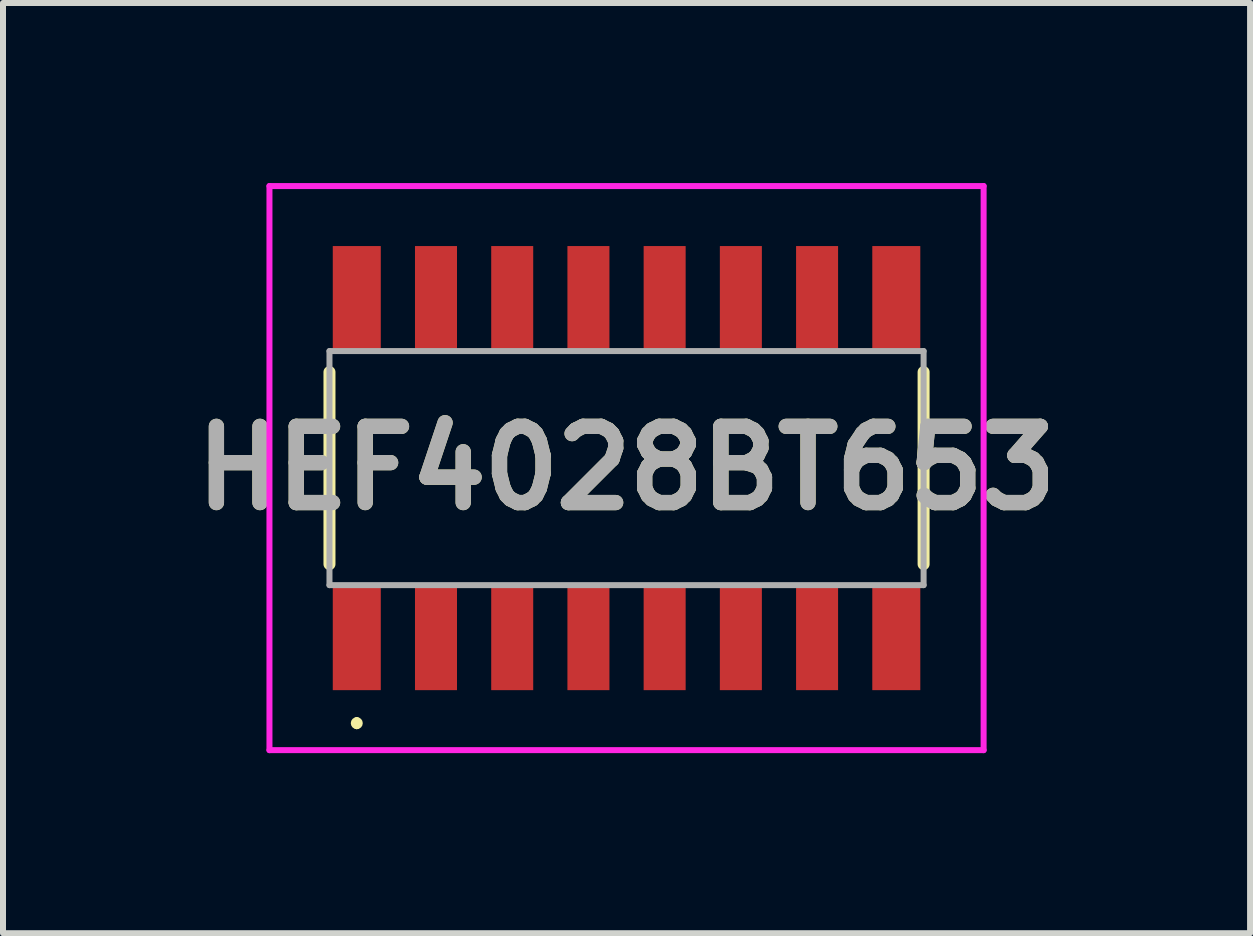
<source format=kicad_pcb>
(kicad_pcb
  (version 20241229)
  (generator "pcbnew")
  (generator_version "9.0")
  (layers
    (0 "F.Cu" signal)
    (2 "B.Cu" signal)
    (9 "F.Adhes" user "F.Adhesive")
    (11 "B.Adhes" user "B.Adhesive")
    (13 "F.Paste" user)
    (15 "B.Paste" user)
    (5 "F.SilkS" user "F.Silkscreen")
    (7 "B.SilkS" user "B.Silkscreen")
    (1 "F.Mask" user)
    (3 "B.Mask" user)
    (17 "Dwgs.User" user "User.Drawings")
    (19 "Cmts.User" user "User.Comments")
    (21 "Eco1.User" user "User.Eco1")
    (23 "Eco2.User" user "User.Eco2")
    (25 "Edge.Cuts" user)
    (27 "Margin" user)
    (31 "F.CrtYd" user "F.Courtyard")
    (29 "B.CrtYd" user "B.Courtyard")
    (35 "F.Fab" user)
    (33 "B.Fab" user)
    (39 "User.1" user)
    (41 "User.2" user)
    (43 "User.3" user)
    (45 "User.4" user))
  (footprint "HEF4028BT653"
    (layer "F.Cu")
    (at 7.39 4.75)
    (property "Reference" "HEF4028BT653" (at 0 0 0) (layer "F.SilkS") (effects (font (size 1.27 1.27) (thickness 0.254))))
    (attr smd)
    (fp_line (start -4.95 -1.6) (end -4.95 1.6) (stroke (width 0.2) (type solid)) (layer "F.SilkS"))
    (fp_line (start -4.495 4.2) (end -4.495 4.2) (stroke (width 0.1) (type solid)) (layer "F.SilkS"))
    (fp_line (start -4.495 4.3) (end -4.495 4.3) (stroke (width 0.1) (type solid)) (layer "F.SilkS"))
    (fp_line (start 4.95 -1.6) (end 4.95 1.6) (stroke (width 0.2) (type solid)) (layer "F.SilkS"))
    (fp_arc (start -4.495 4.2) (mid -4.445 4.25) (end -4.495 4.3) (stroke (width 0.1) (type solid)) (layer "F.SilkS"))
    (fp_arc (start -4.495 4.3) (mid -4.545 4.25) (end -4.495 4.2) (stroke (width 0.1) (type solid)) (layer "F.SilkS"))
    (fp_line (start -5.95 -4.7) (end 5.95 -4.7) (stroke (width 0.1) (type solid)) (layer "F.CrtYd"))
    (fp_line (start -5.95 4.7) (end -5.95 -4.7) (stroke (width 0.1) (type solid)) (layer "F.CrtYd"))
    (fp_line (start 5.95 -4.7) (end 5.95 4.7) (stroke (width 0.1) (type solid)) (layer "F.CrtYd"))
    (fp_line (start 5.95 4.7) (end -5.95 4.7) (stroke (width 0.1) (type solid)) (layer "F.CrtYd"))
    (fp_line (start -4.95 -1.95) (end 4.95 -1.95) (stroke (width 0.1) (type solid)) (layer "F.Fab"))
    (fp_line (start -4.95 1.95) (end -4.95 -1.95) (stroke (width 0.1) (type solid)) (layer "F.Fab"))
    (fp_line (start 4.95 -1.95) (end 4.95 1.95) (stroke (width 0.1) (type solid)) (layer "F.Fab"))
    (fp_line (start 4.95 1.95) (end -4.95 1.95) (stroke (width 0.1) (type solid)) (layer "F.Fab"))
    (fp_text user "${REFERENCE}" (at 0 0 0) (layer "F.Fab") (effects (font (size 1.27 1.27) (thickness 0.254))))
    (pad "1" smd rect (at -4.495 2.825) (size 0.8 1.75) (layers "F.Cu" "F.Mask" "F.Paste"))
    (pad "2" smd rect (at -3.175 2.825) (size 0.7 1.75) (layers "F.Cu" "F.Mask" "F.Paste"))
    (pad "3" smd rect (at -1.905 2.825) (size 0.7 1.75) (layers "F.Cu" "F.Mask" "F.Paste"))
    (pad "4" smd rect (at -0.635 2.825) (size 0.7 1.75) (layers "F.Cu" "F.Mask" "F.Paste"))
    (pad "5" smd rect (at 0.635 2.825) (size 0.7 1.75) (layers "F.Cu" "F.Mask" "F.Paste"))
    (pad "6" smd rect (at 1.905 2.825) (size 0.7 1.75) (layers "F.Cu" "F.Mask" "F.Paste"))
    (pad "7" smd rect (at 3.175 2.825) (size 0.7 1.75) (layers "F.Cu" "F.Mask" "F.Paste"))
    (pad "8" smd rect (at 4.495 2.825) (size 0.8 1.75) (layers "F.Cu" "F.Mask" "F.Paste"))
    (pad "9" smd rect (at 4.495 -2.825) (size 0.8 1.75) (layers "F.Cu" "F.Mask" "F.Paste"))
    (pad "10" smd rect (at 3.175 -2.825) (size 0.7 1.75) (layers "F.Cu" "F.Mask" "F.Paste"))
    (pad "11" smd rect (at 1.905 -2.825) (size 0.7 1.75) (layers "F.Cu" "F.Mask" "F.Paste"))
    (pad "12" smd rect (at 0.635 -2.825) (size 0.7 1.75) (layers "F.Cu" "F.Mask" "F.Paste"))
    (pad "13" smd rect (at -0.635 -2.825) (size 0.7 1.75) (layers "F.Cu" "F.Mask" "F.Paste"))
    (pad "14" smd rect (at -1.905 -2.825) (size 0.7 1.75) (layers "F.Cu" "F.Mask" "F.Paste"))
    (pad "15" smd rect (at -3.175 -2.825) (size 0.7 1.75) (layers "F.Cu" "F.Mask" "F.Paste"))
    (pad "16" smd rect (at -4.495 -2.825) (size 0.8 1.75) (layers "F.Cu" "F.Mask" "F.Paste")))
  (gr_rect
    (start -3 -3)
    (end 17.78 12.5)
    (stroke (width 0.1) (type default))
    (fill no)
    (layer "Edge.Cuts")))
</source>
